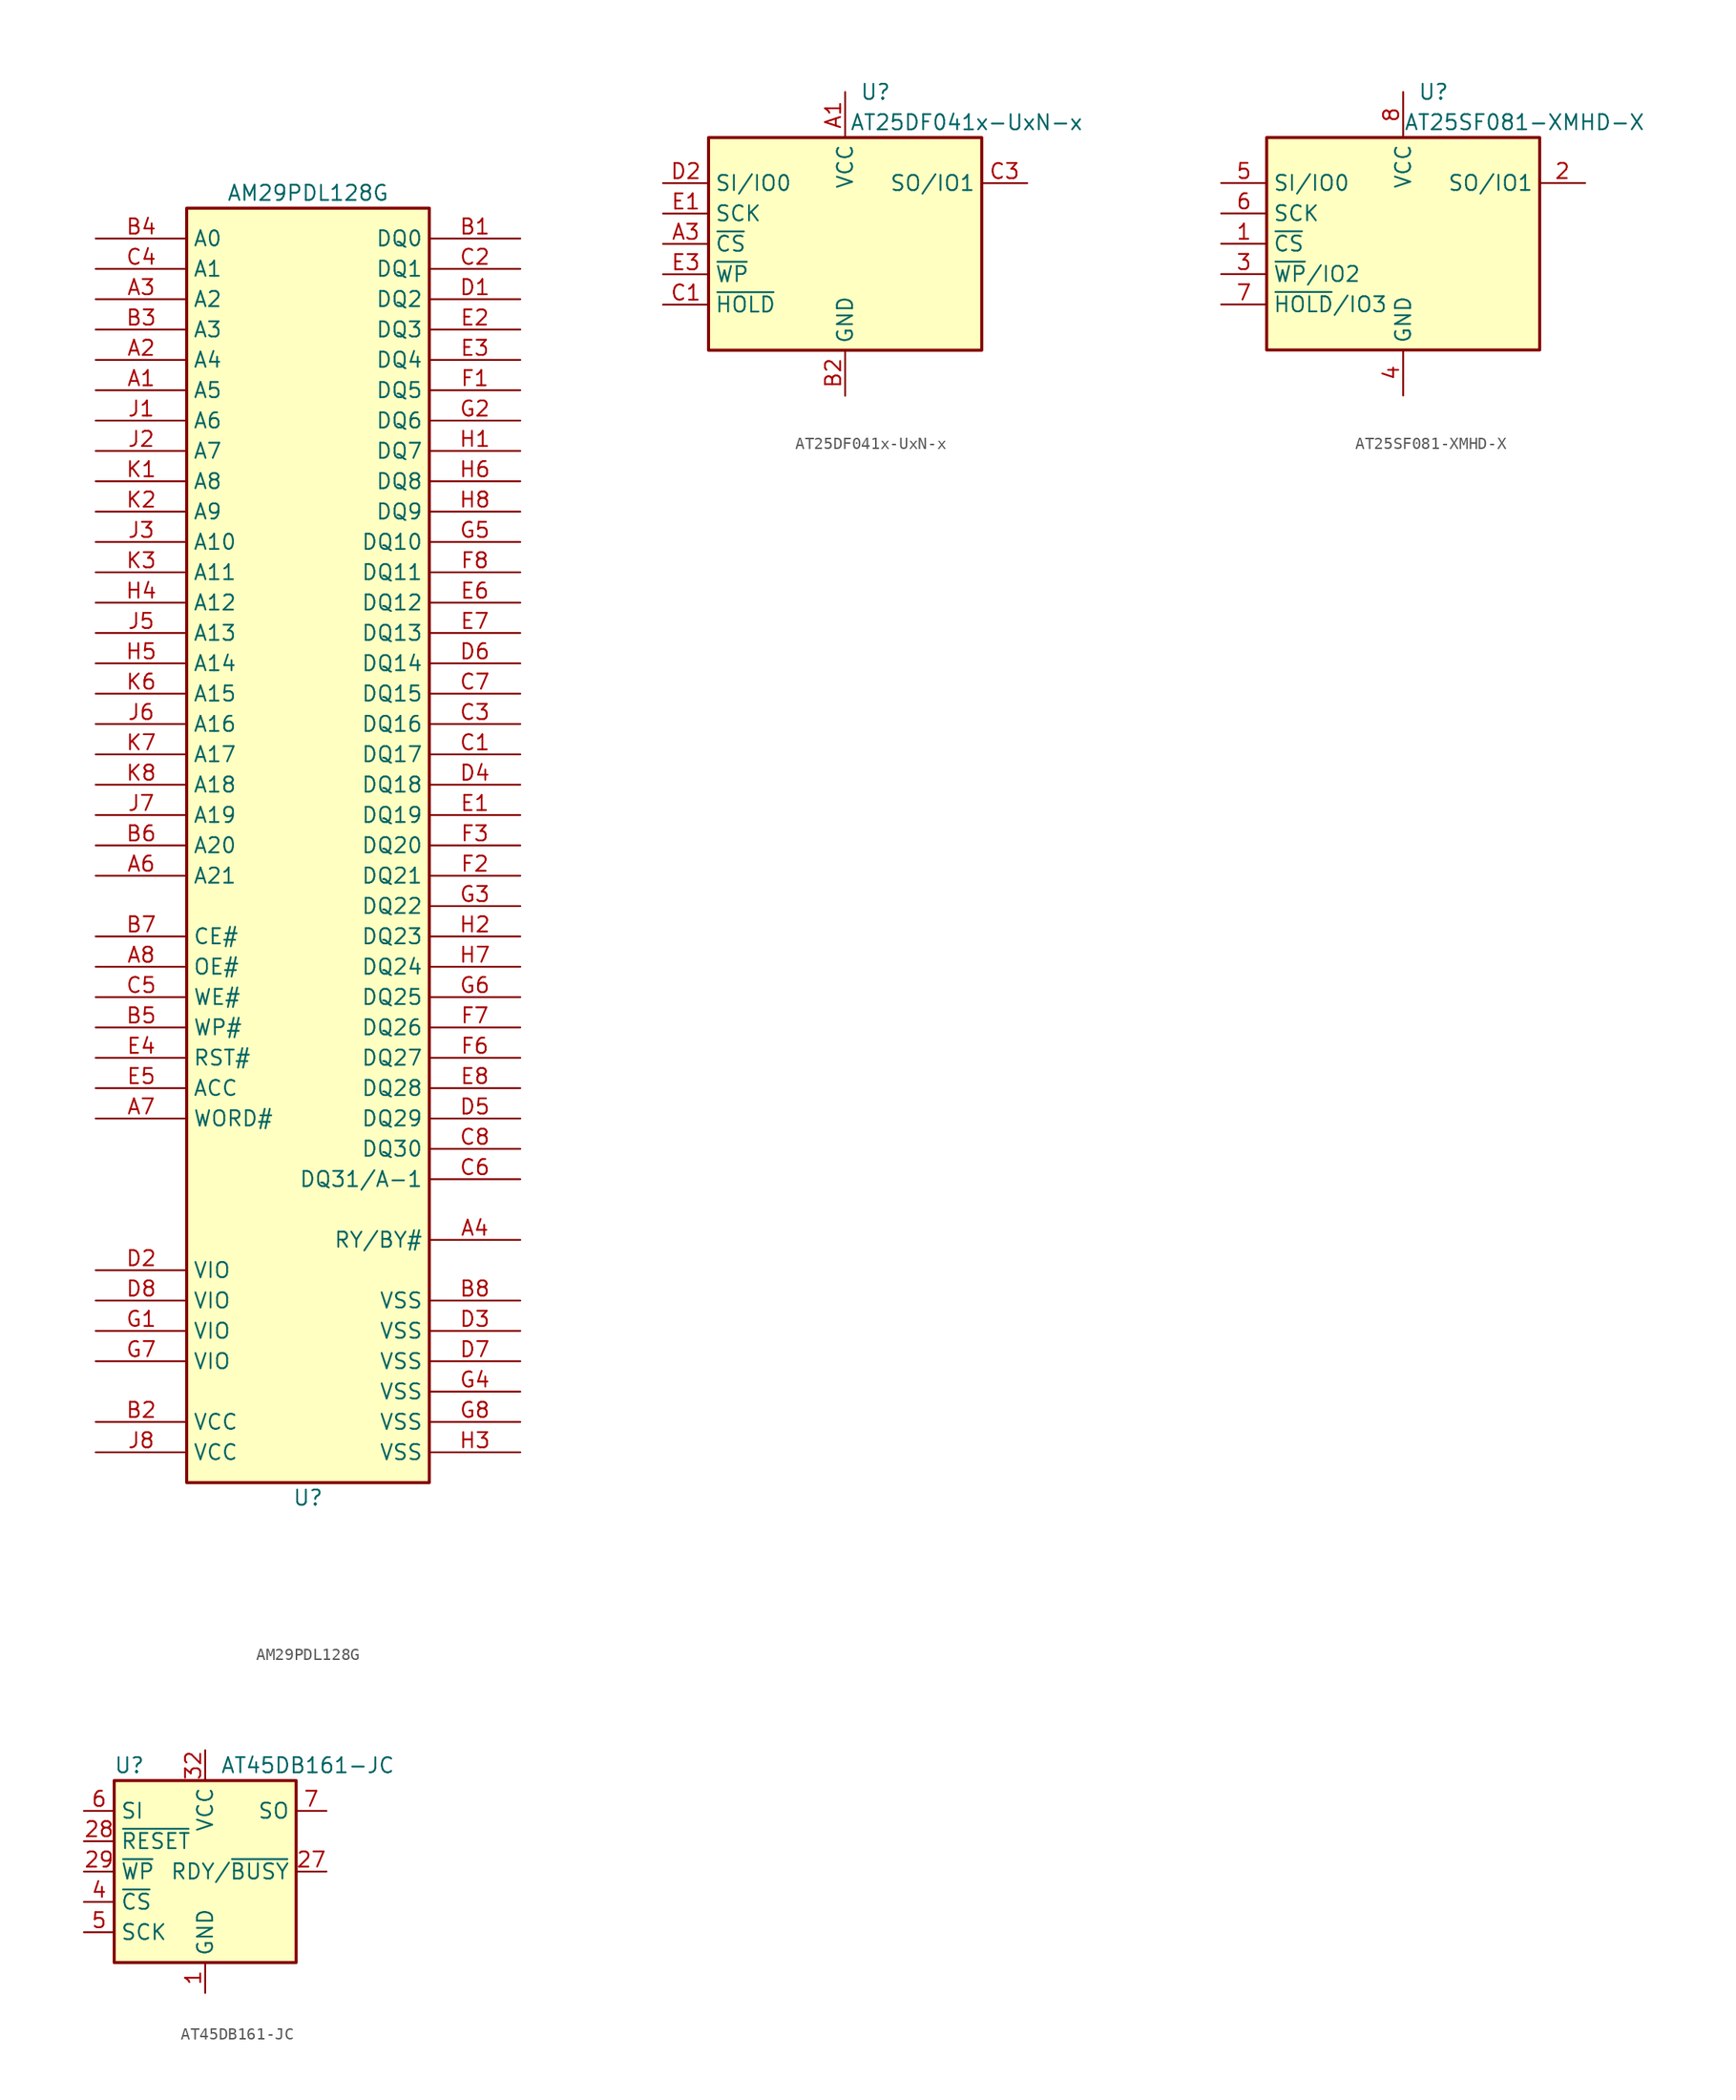
<source format=kicad_sym>
(kicad_symbol_lib
  (version 20201005)
  (generator kicad_symbol_editor)
  (symbol "AM29PDL128G"
    (property "Reference" "U"
      (at 0 -54.61 0)
      (effects (font (size 1.27 1.27))))
    (property "Value" "AM29PDL128G"
      (at 0 54.61 0)
      (effects (font (size 1.27 1.27))))
    (symbol "AM29PDL128G_0_1"
      (rectangle (start -10.16 53.34) (end 10.16 -53.34) (stroke (width 0.254)) (fill (type background))))
    (symbol "AM29PDL128G_1_1"
      (pin input line (at -17.78 38.1 0) (length 7.62) (name "A5" (effects (font (size 1.27 1.27)))) (number "A1" (effects (font (size 1.27 1.27)))))
      (pin input line (at -17.78 40.64 0) (length 7.62) (name "A4" (effects (font (size 1.27 1.27)))) (number "A2" (effects (font (size 1.27 1.27)))))
      (pin input line (at -17.78 45.72 0) (length 7.62) (name "A2" (effects (font (size 1.27 1.27)))) (number "A3" (effects (font (size 1.27 1.27)))))
      (pin output line (at 17.78 -33.02 180) (length 7.62) (name "RY/BY#" (effects (font (size 1.27 1.27)))) (number "A4" (effects (font (size 1.27 1.27)))))
      (pin input line (at -17.78 -2.54 0) (length 7.62) (name "A21" (effects (font (size 1.27 1.27)))) (number "A6" (effects (font (size 1.27 1.27)))))
      (pin input line (at -17.78 -22.86 0) (length 7.62) (name "WORD#" (effects (font (size 1.27 1.27)))) (number "A7" (effects (font (size 1.27 1.27)))))
      (pin input line (at -17.78 -10.16 0) (length 7.62) (name "OE#" (effects (font (size 1.27 1.27)))) (number "A8" (effects (font (size 1.27 1.27)))))
      (pin bidirectional line (at 17.78 50.8 180) (length 7.62) (name "DQ0" (effects (font (size 1.27 1.27)))) (number "B1" (effects (font (size 1.27 1.27)))))
      (pin power_in line (at -17.78 -48.26 0) (length 7.62) (name "VCC" (effects (font (size 1.27 1.27)))) (number "B2" (effects (font (size 1.27 1.27)))))
      (pin input line (at -17.78 43.18 0) (length 7.62) (name "A3" (effects (font (size 1.27 1.27)))) (number "B3" (effects (font (size 1.27 1.27)))))
      (pin input line (at -17.78 50.8 0) (length 7.62) (name "A0" (effects (font (size 1.27 1.27)))) (number "B4" (effects (font (size 1.27 1.27)))))
      (pin input line (at -17.78 -15.24 0) (length 7.62) (name "WP#" (effects (font (size 1.27 1.27)))) (number "B5" (effects (font (size 1.27 1.27)))))
      (pin input line (at -17.78 0 0) (length 7.62) (name "A20" (effects (font (size 1.27 1.27)))) (number "B6" (effects (font (size 1.27 1.27)))))
      (pin input line (at -17.78 -7.62 0) (length 7.62) (name "CE#" (effects (font (size 1.27 1.27)))) (number "B7" (effects (font (size 1.27 1.27)))))
      (pin power_in line (at 17.78 -38.1 180) (length 7.62) (name "VSS" (effects (font (size 1.27 1.27)))) (number "B8" (effects (font (size 1.27 1.27)))))
      (pin bidirectional line (at 17.78 7.62 180) (length 7.62) (name "DQ17" (effects (font (size 1.27 1.27)))) (number "C1" (effects (font (size 1.27 1.27)))))
      (pin bidirectional line (at 17.78 48.26 180) (length 7.62) (name "DQ1" (effects (font (size 1.27 1.27)))) (number "C2" (effects (font (size 1.27 1.27)))))
      (pin bidirectional line (at 17.78 10.16 180) (length 7.62) (name "DQ16" (effects (font (size 1.27 1.27)))) (number "C3" (effects (font (size 1.27 1.27)))))
      (pin input line (at -17.78 48.26 0) (length 7.62) (name "A1" (effects (font (size 1.27 1.27)))) (number "C4" (effects (font (size 1.27 1.27)))))
      (pin input line (at -17.78 -12.7 0) (length 7.62) (name "WE#" (effects (font (size 1.27 1.27)))) (number "C5" (effects (font (size 1.27 1.27)))))
      (pin bidirectional line (at 17.78 -27.94 180) (length 7.62) (name "DQ31/A-1" (effects (font (size 1.27 1.27)))) (number "C6" (effects (font (size 1.27 1.27)))))
      (pin bidirectional line (at 17.78 12.7 180) (length 7.62) (name "DQ15" (effects (font (size 1.27 1.27)))) (number "C7" (effects (font (size 1.27 1.27)))))
      (pin bidirectional line (at 17.78 -25.4 180) (length 7.62) (name "DQ30" (effects (font (size 1.27 1.27)))) (number "C8" (effects (font (size 1.27 1.27)))))
      (pin bidirectional line (at 17.78 45.72 180) (length 7.62) (name "DQ2" (effects (font (size 1.27 1.27)))) (number "D1" (effects (font (size 1.27 1.27)))))
      (pin input line (at -17.78 -35.56 0) (length 7.62) (name "VIO" (effects (font (size 1.27 1.27)))) (number "D2" (effects (font (size 1.27 1.27)))))
      (pin power_in line (at 17.78 -40.64 180) (length 7.62) (name "VSS" (effects (font (size 1.27 1.27)))) (number "D3" (effects (font (size 1.27 1.27)))))
      (pin bidirectional line (at 17.78 5.08 180) (length 7.62) (name "DQ18" (effects (font (size 1.27 1.27)))) (number "D4" (effects (font (size 1.27 1.27)))))
      (pin bidirectional line (at 17.78 -22.86 180) (length 7.62) (name "DQ29" (effects (font (size 1.27 1.27)))) (number "D5" (effects (font (size 1.27 1.27)))))
      (pin bidirectional line (at 17.78 15.24 180) (length 7.62) (name "DQ14" (effects (font (size 1.27 1.27)))) (number "D6" (effects (font (size 1.27 1.27)))))
      (pin power_in line (at 17.78 -43.18 180) (length 7.62) (name "VSS" (effects (font (size 1.27 1.27)))) (number "D7" (effects (font (size 1.27 1.27)))))
      (pin input line (at -17.78 -38.1 0) (length 7.62) (name "VIO" (effects (font (size 1.27 1.27)))) (number "D8" (effects (font (size 1.27 1.27)))))
      (pin bidirectional line (at 17.78 2.54 180) (length 7.62) (name "DQ19" (effects (font (size 1.27 1.27)))) (number "E1" (effects (font (size 1.27 1.27)))))
      (pin bidirectional line (at 17.78 43.18 180) (length 7.62) (name "DQ3" (effects (font (size 1.27 1.27)))) (number "E2" (effects (font (size 1.27 1.27)))))
      (pin bidirectional line (at 17.78 40.64 180) (length 7.62) (name "DQ4" (effects (font (size 1.27 1.27)))) (number "E3" (effects (font (size 1.27 1.27)))))
      (pin input line (at -17.78 -17.78 0) (length 7.62) (name "RST#" (effects (font (size 1.27 1.27)))) (number "E4" (effects (font (size 1.27 1.27)))))
      (pin input line (at -17.78 -20.32 0) (length 7.62) (name "ACC" (effects (font (size 1.27 1.27)))) (number "E5" (effects (font (size 1.27 1.27)))))
      (pin bidirectional line (at 17.78 20.32 180) (length 7.62) (name "DQ12" (effects (font (size 1.27 1.27)))) (number "E6" (effects (font (size 1.27 1.27)))))
      (pin bidirectional line (at 17.78 17.78 180) (length 7.62) (name "DQ13" (effects (font (size 1.27 1.27)))) (number "E7" (effects (font (size 1.27 1.27)))))
      (pin bidirectional line (at 17.78 -20.32 180) (length 7.62) (name "DQ28" (effects (font (size 1.27 1.27)))) (number "E8" (effects (font (size 1.27 1.27)))))
      (pin bidirectional line (at 17.78 38.1 180) (length 7.62) (name "DQ5" (effects (font (size 1.27 1.27)))) (number "F1" (effects (font (size 1.27 1.27)))))
      (pin bidirectional line (at 17.78 -2.54 180) (length 7.62) (name "DQ21" (effects (font (size 1.27 1.27)))) (number "F2" (effects (font (size 1.27 1.27)))))
      (pin bidirectional line (at 17.78 0 180) (length 7.62) (name "DQ20" (effects (font (size 1.27 1.27)))) (number "F3" (effects (font (size 1.27 1.27)))))
      (pin bidirectional line (at 17.78 -17.78 180) (length 7.62) (name "DQ27" (effects (font (size 1.27 1.27)))) (number "F6" (effects (font (size 1.27 1.27)))))
      (pin bidirectional line (at 17.78 -15.24 180) (length 7.62) (name "DQ26" (effects (font (size 1.27 1.27)))) (number "F7" (effects (font (size 1.27 1.27)))))
      (pin bidirectional line (at 17.78 22.86 180) (length 7.62) (name "DQ11" (effects (font (size 1.27 1.27)))) (number "F8" (effects (font (size 1.27 1.27)))))
      (pin input line (at -17.78 -40.64 0) (length 7.62) (name "VIO" (effects (font (size 1.27 1.27)))) (number "G1" (effects (font (size 1.27 1.27)))))
      (pin bidirectional line (at 17.78 35.56 180) (length 7.62) (name "DQ6" (effects (font (size 1.27 1.27)))) (number "G2" (effects (font (size 1.27 1.27)))))
      (pin bidirectional line (at 17.78 -5.08 180) (length 7.62) (name "DQ22" (effects (font (size 1.27 1.27)))) (number "G3" (effects (font (size 1.27 1.27)))))
      (pin passive line (at 17.78 -45.72 180) (length 7.62) (name "VSS" (effects (font (size 1.27 1.27)))) (number "G4" (effects (font (size 1.27 1.27)))))
      (pin bidirectional line (at 17.78 25.4 180) (length 7.62) (name "DQ10" (effects (font (size 1.27 1.27)))) (number "G5" (effects (font (size 1.27 1.27)))))
      (pin bidirectional line (at 17.78 -12.7 180) (length 7.62) (name "DQ25" (effects (font (size 1.27 1.27)))) (number "G6" (effects (font (size 1.27 1.27)))))
      (pin input line (at -17.78 -43.18 0) (length 7.62) (name "VIO" (effects (font (size 1.27 1.27)))) (number "G7" (effects (font (size 1.27 1.27)))))
      (pin power_in line (at 17.78 -48.26 180) (length 7.62) (name "VSS" (effects (font (size 1.27 1.27)))) (number "G8" (effects (font (size 1.27 1.27)))))
      (pin bidirectional line (at 17.78 33.02 180) (length 7.62) (name "DQ7" (effects (font (size 1.27 1.27)))) (number "H1" (effects (font (size 1.27 1.27)))))
      (pin bidirectional line (at 17.78 -7.62 180) (length 7.62) (name "DQ23" (effects (font (size 1.27 1.27)))) (number "H2" (effects (font (size 1.27 1.27)))))
      (pin power_in line (at 17.78 -50.8 180) (length 7.62) (name "VSS" (effects (font (size 1.27 1.27)))) (number "H3" (effects (font (size 1.27 1.27)))))
      (pin input line (at -17.78 20.32 0) (length 7.62) (name "A12" (effects (font (size 1.27 1.27)))) (number "H4" (effects (font (size 1.27 1.27)))))
      (pin input line (at -17.78 15.24 0) (length 7.62) (name "A14" (effects (font (size 1.27 1.27)))) (number "H5" (effects (font (size 1.27 1.27)))))
      (pin bidirectional line (at 17.78 30.48 180) (length 7.62) (name "DQ8" (effects (font (size 1.27 1.27)))) (number "H6" (effects (font (size 1.27 1.27)))))
      (pin bidirectional line (at 17.78 -10.16 180) (length 7.62) (name "DQ24" (effects (font (size 1.27 1.27)))) (number "H7" (effects (font (size 1.27 1.27)))))
      (pin bidirectional line (at 17.78 27.94 180) (length 7.62) (name "DQ9" (effects (font (size 1.27 1.27)))) (number "H8" (effects (font (size 1.27 1.27)))))
      (pin input line (at -17.78 35.56 0) (length 7.62) (name "A6" (effects (font (size 1.27 1.27)))) (number "J1" (effects (font (size 1.27 1.27)))))
      (pin input line (at -17.78 33.02 0) (length 7.62) (name "A7" (effects (font (size 1.27 1.27)))) (number "J2" (effects (font (size 1.27 1.27)))))
      (pin input line (at -17.78 25.4 0) (length 7.62) (name "A10" (effects (font (size 1.27 1.27)))) (number "J3" (effects (font (size 1.27 1.27)))))
      (pin input line (at -17.78 17.78 0) (length 7.62) (name "A13" (effects (font (size 1.27 1.27)))) (number "J5" (effects (font (size 1.27 1.27)))))
      (pin input line (at -17.78 10.16 0) (length 7.62) (name "A16" (effects (font (size 1.27 1.27)))) (number "J6" (effects (font (size 1.27 1.27)))))
      (pin input line (at -17.78 2.54 0) (length 7.62) (name "A19" (effects (font (size 1.27 1.27)))) (number "J7" (effects (font (size 1.27 1.27)))))
      (pin power_in line (at -17.78 -50.8 0) (length 7.62) (name "VCC" (effects (font (size 1.27 1.27)))) (number "J8" (effects (font (size 1.27 1.27)))))
      (pin input line (at -17.78 30.48 0) (length 7.62) (name "A8" (effects (font (size 1.27 1.27)))) (number "K1" (effects (font (size 1.27 1.27)))))
      (pin input line (at -17.78 27.94 0) (length 7.62) (name "A9" (effects (font (size 1.27 1.27)))) (number "K2" (effects (font (size 1.27 1.27)))))
      (pin input line (at -17.78 22.86 0) (length 7.62) (name "A11" (effects (font (size 1.27 1.27)))) (number "K3" (effects (font (size 1.27 1.27)))))
      (pin input line (at -17.78 12.7 0) (length 7.62) (name "A15" (effects (font (size 1.27 1.27)))) (number "K6" (effects (font (size 1.27 1.27)))))
      (pin input line (at -17.78 7.62 0) (length 7.62) (name "A17" (effects (font (size 1.27 1.27)))) (number "K7" (effects (font (size 1.27 1.27)))))
      (pin input line (at -17.78 5.08 0) (length 7.62) (name "A18" (effects (font (size 1.27 1.27)))) (number "K8" (effects (font (size 1.27 1.27)))))))
  (symbol "AT25DF041x-UxN-x"
    (property "Reference" "U"
      (at 2.54 12.7 0)
      (effects (font (size 1.27 1.27))))
    (property "Value" "AT25DF041x-UxN-x"
      (at 10.16 10.16 0)
      (effects (font (size 1.27 1.27))))
    (symbol "AT25DF041x-UxN-x_1_1"
      (rectangle (start -11.43 8.89) (end 11.43 -8.89) (stroke (width 0.254)) (fill (type background)))
      (pin power_in line (at 0 12.7 270) (length 3.81) (name "VCC" (effects (font (size 1.27 1.27)))) (number "A1" (effects (font (size 1.27 1.27)))))
      (pin input line (at -15.24 0 0) (length 3.81) (name "~CS" (effects (font (size 1.27 1.27)))) (number "A3" (effects (font (size 1.27 1.27)))))
      (pin power_in line (at 0 -12.7 90) (length 3.81) (name "GND" (effects (font (size 1.27 1.27)))) (number "B2" (effects (font (size 1.27 1.27)))))
      (pin bidirectional line (at -15.24 -5.08 0) (length 3.81) (name "~HOLD~" (effects (font (size 1.27 1.27)))) (number "C1" (effects (font (size 1.27 1.27)))))
      (pin bidirectional line (at 15.24 5.08 180) (length 3.81) (name "SO/IO1" (effects (font (size 1.27 1.27)))) (number "C3" (effects (font (size 1.27 1.27)))))
      (pin bidirectional line (at -15.24 5.08 0) (length 3.81) (name "SI/IO0" (effects (font (size 1.27 1.27)))) (number "D2" (effects (font (size 1.27 1.27)))))
      (pin input line (at -15.24 2.54 0) (length 3.81) (name "SCK" (effects (font (size 1.27 1.27)))) (number "E1" (effects (font (size 1.27 1.27)))))
      (pin bidirectional line (at -15.24 -2.54 0) (length 3.81) (name "~WP~" (effects (font (size 1.27 1.27)))) (number "E3" (effects (font (size 1.27 1.27)))))))
  (symbol "AT25SF081-XMHD-X"
    (property "Reference" "U"
      (at 2.54 12.7 0)
      (effects (font (size 1.27 1.27))))
    (property "Value" "AT25SF081-XMHD-X"
      (at 10.16 10.16 0)
      (effects (font (size 1.27 1.27))))
    (symbol "AT25SF081-XMHD-X_1_1"
      (rectangle (start -11.43 8.89) (end 11.43 -8.89) (stroke (width 0.254)) (fill (type background)))
      (pin input line (at -15.24 0 0) (length 3.81) (name "~CS" (effects (font (size 1.27 1.27)))) (number "1" (effects (font (size 1.27 1.27)))))
      (pin bidirectional line (at 15.24 5.08 180) (length 3.81) (name "SO/IO1" (effects (font (size 1.27 1.27)))) (number "2" (effects (font (size 1.27 1.27)))))
      (pin bidirectional line (at -15.24 -2.54 0) (length 3.81) (name "~WP~/IO2" (effects (font (size 1.27 1.27)))) (number "3" (effects (font (size 1.27 1.27)))))
      (pin power_in line (at 0 -12.7 90) (length 3.81) (name "GND" (effects (font (size 1.27 1.27)))) (number "4" (effects (font (size 1.27 1.27)))))
      (pin bidirectional line (at -15.24 5.08 0) (length 3.81) (name "SI/IO0" (effects (font (size 1.27 1.27)))) (number "5" (effects (font (size 1.27 1.27)))))
      (pin input line (at -15.24 2.54 0) (length 3.81) (name "SCK" (effects (font (size 1.27 1.27)))) (number "6" (effects (font (size 1.27 1.27)))))
      (pin bidirectional line (at -15.24 -5.08 0) (length 3.81) (name "~HOLD~/IO3" (effects (font (size 1.27 1.27)))) (number "7" (effects (font (size 1.27 1.27)))))
      (pin power_in line (at 0 12.7 270) (length 3.81) (name "VCC" (effects (font (size 1.27 1.27)))) (number "8" (effects (font (size 1.27 1.27)))))))
  (symbol "AT45DB161-JC"
    (property "Reference" "U"
      (at -6.35 8.89 0)
      (effects (font (size 1.27 1.27))))
    (property "Value" "AT45DB161-JC"
      (at 1.27 8.89 0)
      (effects (font (size 1.27 1.27)) (justify left)))
    (symbol "AT45DB161-JC_0_1"
      (rectangle (start -7.62 7.62) (end 7.62 -7.62) (stroke (width 0.254)) (fill (type background))))
    (symbol "AT45DB161-JC_1_1"
      (pin power_in line (at 0 -10.16 90) (length 2.54) (name "GND" (effects (font (size 1.27 1.27)))) (number "1" (effects (font (size 1.27 1.27)))))
      (pin output line (at 10.16 0 180) (length 2.54) (name "RDY/~BUSY" (effects (font (size 1.27 1.27)))) (number "27" (effects (font (size 1.27 1.27)))))
      (pin input line (at -10.16 2.54 0) (length 2.54) (name "~RESET" (effects (font (size 1.27 1.27)))) (number "28" (effects (font (size 1.27 1.27)))))
      (pin input line (at -10.16 0 0) (length 2.54) (name "~WP" (effects (font (size 1.27 1.27)))) (number "29" (effects (font (size 1.27 1.27)))))
      (pin power_in line (at 0 10.16 270) (length 2.54) (name "VCC" (effects (font (size 1.27 1.27)))) (number "32" (effects (font (size 1.27 1.27)))))
      (pin input line (at -10.16 -2.54 0) (length 2.54) (name "~CS" (effects (font (size 1.27 1.27)))) (number "4" (effects (font (size 1.27 1.27)))))
      (pin input line (at -10.16 -5.08 0) (length 2.54) (name "SCK" (effects (font (size 1.27 1.27)))) (number "5" (effects (font (size 1.27 1.27)))))
      (pin input line (at -10.16 5.08 0) (length 2.54) (name "SI" (effects (font (size 1.27 1.27)))) (number "6" (effects (font (size 1.27 1.27)))))
      (pin output line (at 10.16 5.08 180) (length 2.54) (name "SO" (effects (font (size 1.27 1.27)))) (number "7" (effects (font (size 1.27 1.27))))))))
</source>
